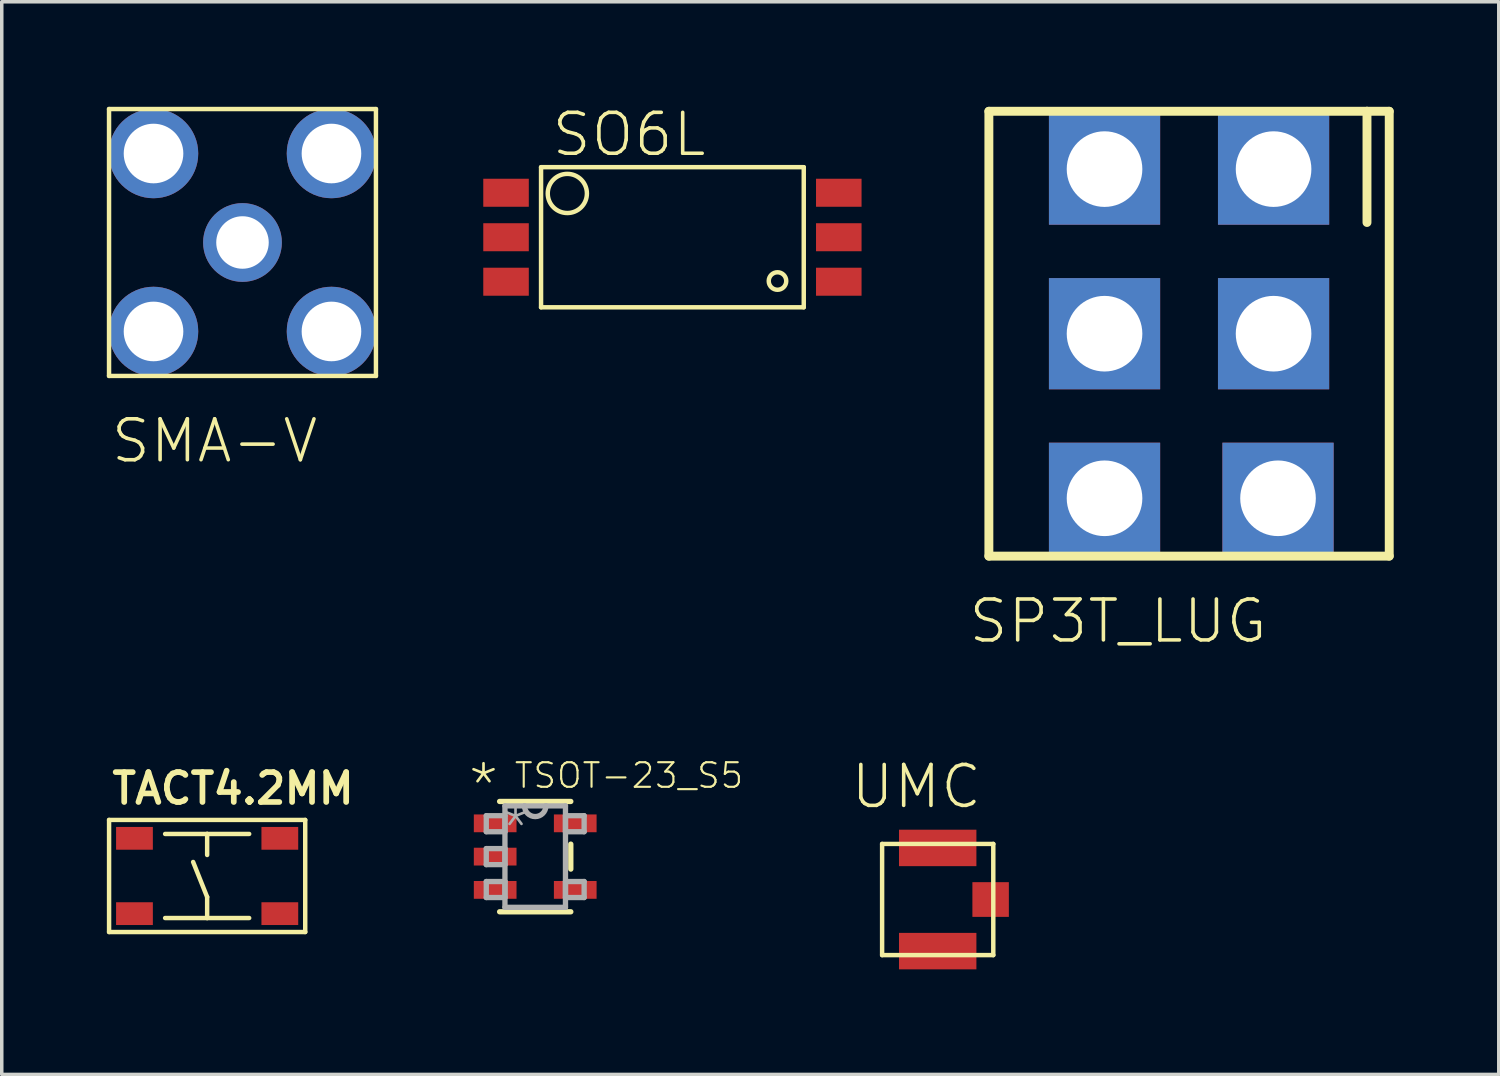
<source format=kicad_pcb>
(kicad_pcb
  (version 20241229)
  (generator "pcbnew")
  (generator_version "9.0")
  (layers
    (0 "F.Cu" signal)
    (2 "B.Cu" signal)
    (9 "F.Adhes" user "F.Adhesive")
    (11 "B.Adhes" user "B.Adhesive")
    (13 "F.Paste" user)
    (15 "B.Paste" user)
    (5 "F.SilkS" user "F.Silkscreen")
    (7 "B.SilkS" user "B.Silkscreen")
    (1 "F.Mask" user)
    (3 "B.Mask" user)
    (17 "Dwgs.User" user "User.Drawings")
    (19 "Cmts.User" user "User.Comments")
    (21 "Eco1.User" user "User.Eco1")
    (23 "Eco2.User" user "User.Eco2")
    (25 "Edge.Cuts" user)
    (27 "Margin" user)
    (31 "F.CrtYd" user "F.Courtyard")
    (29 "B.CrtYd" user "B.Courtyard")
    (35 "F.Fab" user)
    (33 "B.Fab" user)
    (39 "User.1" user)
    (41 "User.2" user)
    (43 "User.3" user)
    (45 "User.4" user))
  (footprint "UMC"
    (layer "F.Cu")
    (at 23.721 22.631)
    (property "Reference" "UMC" (at -2.54 -2.54 0) (layer "F.SilkS") (effects (font (size 1.168 1.168) (thickness 0.102)) (justify left bottom)))
    (fp_line (start -1.587 -1.587) (end 1.587 -1.587) (stroke (width 0.127) (type solid)) (layer "F.SilkS"))
    (fp_line (start -1.587 1.587) (end -1.587 -1.587) (stroke (width 0.127) (type solid)) (layer "F.SilkS"))
    (fp_line (start 1.587 -1.587) (end 1.587 1.587) (stroke (width 0.127) (type solid)) (layer "F.SilkS"))
    (fp_line (start 1.587 1.587) (end -1.587 1.587) (stroke (width 0.127) (type solid)) (layer "F.SilkS"))
    (pad "P$1" smd rect (at 1.511 0) (size 1.041 0.991) (layers "F.Cu" "F.Mask" "F.Paste"))
    (pad "P$2" smd rect (at 0 -1.473 90) (size 1.041 2.21) (layers "F.Cu" "F.Mask" "F.Paste"))
    (pad "P$3" smd rect (at 0 1.473 90) (size 1.041 2.21) (layers "F.Cu" "F.Mask" "F.Paste")))
  (footprint "TACT4.2MM"
    (layer "F.Cu")
    (at 2.864 21.959)
    (property "Reference" "TACT4.2MM" (at -2.8 -2 0) (layer "F.SilkS") (effects (font (size 0.853 0.853) (thickness 0.163)) (justify left bottom)))
    (fp_line (start -2.8 -1.6) (end 2.8 -1.6) (stroke (width 0.127) (type solid)) (layer "F.SilkS"))
    (fp_line (start -2.8 1.6) (end -2.8 -1.6) (stroke (width 0.127) (type solid)) (layer "F.SilkS"))
    (fp_line (start -1.2 -1.2) (end 0 -1.2) (stroke (width 0.127) (type solid)) (layer "F.SilkS"))
    (fp_line (start -1.2 1.2) (end 0 1.2) (stroke (width 0.127) (type solid)) (layer "F.SilkS"))
    (fp_line (start 0 -1.2) (end 0 -0.6) (stroke (width 0.127) (type solid)) (layer "F.SilkS"))
    (fp_line (start 0 -1.2) (end 1.2 -1.2) (stroke (width 0.127) (type solid)) (layer "F.SilkS"))
    (fp_line (start 0 0.6) (end -0.4 -0.4) (stroke (width 0.127) (type solid)) (layer "F.SilkS"))
    (fp_line (start 0 1.2) (end 0 0.6) (stroke (width 0.127) (type solid)) (layer "F.SilkS"))
    (fp_line (start 0 1.2) (end 1.2 1.2) (stroke (width 0.127) (type solid)) (layer "F.SilkS"))
    (fp_line (start 2.8 -1.6) (end 2.8 1.6) (stroke (width 0.127) (type solid)) (layer "F.SilkS"))
    (fp_line (start 2.8 1.6) (end -2.8 1.6) (stroke (width 0.127) (type solid)) (layer "F.SilkS"))
    (pad "P$1" smd rect (at -2.075 -1.075 90) (size 0.65 1.05) (layers "F.Cu" "F.Mask" "F.Paste"))
    (pad "P$2" smd rect (at 2.075 -1.075 90) (size 0.65 1.05) (layers "F.Cu" "F.Mask" "F.Paste"))
    (pad "P$3" smd rect (at -2.075 1.075 90) (size 0.65 1.05) (layers "F.Cu" "F.Mask" "F.Paste"))
    (pad "P$4" smd rect (at 2.075 1.075 90) (size 0.65 1.05) (layers "F.Cu" "F.Mask" "F.Paste")))
  (footprint "TSOT-23_S5"
    (layer "F.Cu")
    (at 12.23 21.406)
    (property "Reference" "TSOT-23_S5" (at -0.635 -1.905 0) (layer "F.SilkS") (effects (font (size 0.701 0.701) (thickness 0.061)) (justify left bottom)))
    (fp_line (start -1.016 1.575) (end 1.016 1.575) (stroke (width 0.152) (type solid)) (layer "F.SilkS"))
    (fp_line (start 1.016 -1.575) (end -1.016 -1.575) (stroke (width 0.152) (type solid)) (layer "F.SilkS"))
    (fp_line (start 1.016 0.356) (end 1.016 -0.356) (stroke (width 0.152) (type solid)) (layer "F.SilkS"))
    (fp_line (start -1.397 -1.168) (end -1.397 -0.711) (stroke (width 0.152) (type solid)) (layer "F.Fab"))
    (fp_line (start -1.397 -0.711) (end -0.864 -0.711) (stroke (width 0.152) (type solid)) (layer "F.Fab"))
    (fp_line (start -1.397 -0.229) (end -1.397 0.229) (stroke (width 0.152) (type solid)) (layer "F.Fab"))
    (fp_line (start -1.397 0.229) (end -0.864 0.229) (stroke (width 0.152) (type solid)) (layer "F.Fab"))
    (fp_line (start -1.397 0.711) (end -1.397 1.168) (stroke (width 0.152) (type solid)) (layer "F.Fab"))
    (fp_line (start -1.397 1.168) (end -0.864 1.168) (stroke (width 0.152) (type solid)) (layer "F.Fab"))
    (fp_line (start -0.864 -1.448) (end -0.864 1.448) (stroke (width 0.152) (type solid)) (layer "F.Fab"))
    (fp_line (start -0.864 -1.168) (end -1.397 -1.168) (stroke (width 0.152) (type solid)) (layer "F.Fab"))
    (fp_line (start -0.864 -0.711) (end -0.864 -1.168) (stroke (width 0.152) (type solid)) (layer "F.Fab"))
    (fp_line (start -0.864 -0.229) (end -1.397 -0.229) (stroke (width 0.152) (type solid)) (layer "F.Fab"))
    (fp_line (start -0.864 0.229) (end -0.864 -0.229) (stroke (width 0.152) (type solid)) (layer "F.Fab"))
    (fp_line (start -0.864 0.711) (end -1.397 0.711) (stroke (width 0.152) (type solid)) (layer "F.Fab"))
    (fp_line (start -0.864 1.168) (end -0.864 0.711) (stroke (width 0.152) (type solid)) (layer "F.Fab"))
    (fp_line (start -0.864 1.448) (end 0.864 1.448) (stroke (width 0.152) (type solid)) (layer "F.Fab"))
    (fp_line (start -0.305 -1.448) (end -0.864 -1.448) (stroke (width 0.152) (type solid)) (layer "F.Fab"))
    (fp_line (start 0.305 -1.448) (end -0.305 -1.448) (stroke (width 0.152) (type solid)) (layer "F.Fab"))
    (fp_line (start 0.864 -1.448) (end 0.305 -1.448) (stroke (width 0.152) (type solid)) (layer "F.Fab"))
    (fp_line (start 0.864 -1.168) (end 0.864 -0.711) (stroke (width 0.152) (type solid)) (layer "F.Fab"))
    (fp_line (start 0.864 -0.711) (end 1.397 -0.711) (stroke (width 0.152) (type solid)) (layer "F.Fab"))
    (fp_line (start 0.864 0.711) (end 0.864 1.168) (stroke (width 0.152) (type solid)) (layer "F.Fab"))
    (fp_line (start 0.864 1.168) (end 1.397 1.168) (stroke (width 0.152) (type solid)) (layer "F.Fab"))
    (fp_line (start 0.864 1.448) (end 0.864 -1.448) (stroke (width 0.152) (type solid)) (layer "F.Fab"))
    (fp_line (start 1.397 -1.168) (end 0.864 -1.168) (stroke (width 0.152) (type solid)) (layer "F.Fab"))
    (fp_line (start 1.397 -0.711) (end 1.397 -1.168) (stroke (width 0.152) (type solid)) (layer "F.Fab"))
    (fp_line (start 1.397 0.711) (end 0.864 0.711) (stroke (width 0.152) (type solid)) (layer "F.Fab"))
    (fp_line (start 1.397 1.168) (end 1.397 0.711) (stroke (width 0.152) (type solid)) (layer "F.Fab"))
    (fp_arc (start 0.3048 -1.4478) (mid 0 -1.143) (end -0.3048 -1.4478) (stroke (width 0.1524) (type solid)) (layer "F.Fab"))
    (fp_text user "*" (at -1.981 -1.321 0) (layer "F.SilkS") (effects (font (size 1.194 1.194) (thickness 0.076)) (justify left bottom)))
    (fp_text user "*" (at -1.067 -0.102 0) (layer "F.Fab") (effects (font (size 1.194 1.194) (thickness 0.076)) (justify left bottom)))
    (pad "1" smd rect (at -1.143 -0.95) (size 1.219 0.508) (layers "F.Cu" "F.Mask" "F.Paste"))
    (pad "2" smd rect (at -1.143 0) (size 1.219 0.508) (layers "F.Cu" "F.Mask" "F.Paste"))
    (pad "3" smd rect (at -1.143 0.95) (size 1.219 0.508) (layers "F.Cu" "F.Mask" "F.Paste"))
    (pad "4" smd rect (at 1.143 0.95) (size 1.219 0.508) (layers "F.Cu" "F.Mask" "F.Paste"))
    (pad "5" smd rect (at 1.143 -0.95) (size 1.219 0.508) (layers "F.Cu" "F.Mask" "F.Paste")))
  (footprint "SP3T_LUG"
    (layer "F.Cu")
    (at 30.897 6.477)
    (property "Reference" "SP3T_LUG" (at -6.35 8.89 0) (layer "F.SilkS") (effects (font (size 1.168 1.168) (thickness 0.102)) (justify left bottom)))
    (fp_line (start -5.715 -6.35) (end 5.08 -6.35) (stroke (width 0.254) (type solid)) (layer "F.SilkS"))
    (fp_line (start -5.715 6.35) (end -5.715 -6.35) (stroke (width 0.254) (type solid)) (layer "F.SilkS"))
    (fp_line (start 5.08 -6.35) (end 5.08 -3.175) (stroke (width 0.254) (type solid)) (layer "F.SilkS"))
    (fp_line (start 5.08 -6.35) (end 5.715 -6.35) (stroke (width 0.254) (type solid)) (layer "F.SilkS"))
    (fp_line (start 5.715 -6.35) (end 5.715 6.35) (stroke (width 0.254) (type solid)) (layer "F.SilkS"))
    (fp_line (start 5.715 6.35) (end -5.715 6.35) (stroke (width 0.254) (type solid)) (layer "F.SilkS"))
    (pad "1" thru_hole rect (at 2.413 -4.699) (size 3.175 3.175) (drill 2.159) (layers "*.Cu" "*.Mask"))
    (pad "2" thru_hole rect (at 2.413 0) (size 3.175 3.175) (drill 2.159) (layers "*.Cu" "*.Mask"))
    (pad "3" thru_hole rect (at 2.54 4.699) (size 3.175 3.175) (drill 2.159) (layers "*.Cu" "*.Mask"))
    (pad "4" thru_hole rect (at -2.413 -4.699) (size 3.175 3.175) (drill 2.159) (layers "*.Cu" "*.Mask"))
    (pad "5" thru_hole rect (at -2.413 0) (size 3.175 3.175) (drill 2.159) (layers "*.Cu" "*.Mask"))
    (pad "6" thru_hole rect (at -2.413 4.699) (size 3.175 3.175) (drill 2.159) (layers "*.Cu" "*.Mask")))
  (footprint "SMA-V"
    (layer "F.Cu")
    (at 3.873 3.873)
    (property "Reference" "SMA-V" (at -3.81 6.35 0) (layer "F.SilkS") (effects (font (size 1.168 1.168) (thickness 0.102)) (justify left bottom)))
    (fp_line (start -3.81 -3.81) (end 3.81 -3.81) (stroke (width 0.127) (type solid)) (layer "F.SilkS"))
    (fp_line (start -3.81 3.81) (end -3.81 -3.81) (stroke (width 0.127) (type solid)) (layer "F.SilkS"))
    (fp_line (start 3.81 -3.81) (end 3.81 3.81) (stroke (width 0.127) (type solid)) (layer "F.SilkS"))
    (fp_line (start 3.81 3.81) (end -3.81 3.81) (stroke (width 0.127) (type solid)) (layer "F.SilkS"))
    (pad "GND1" thru_hole circle (at -2.54 -2.54) (size 2.553 2.553) (drill 1.702) (layers "*.Cu" "*.Mask"))
    (pad "GND2" thru_hole circle (at 2.54 -2.54) (size 2.553 2.553) (drill 1.702) (layers "*.Cu" "*.Mask"))
    (pad "GND3" thru_hole circle (at 2.54 2.54) (size 2.553 2.553) (drill 1.702) (layers "*.Cu" "*.Mask"))
    (pad "GND4" thru_hole circle (at -2.54 2.54) (size 2.553 2.553) (drill 1.702) (layers "*.Cu" "*.Mask"))
    (pad "RF" thru_hole circle (at 0 0) (size 2.248 2.248) (drill 1.499) (layers "*.Cu" "*.Mask")))
  (footprint "SO6L"
    (layer "F.Cu")
    (at 16.147 3.723)
    (property "Reference" "SO6L" (at -3.5 -2.25 0) (layer "F.SilkS") (effects (font (size 1.168 1.168) (thickness 0.102)) (justify left bottom)))
    (fp_line (start -3.75 -2) (end 3.75 -2) (stroke (width 0.127) (type solid)) (layer "F.SilkS"))
    (fp_line (start -3.75 2) (end -3.75 -2) (stroke (width 0.127) (type solid)) (layer "F.SilkS"))
    (fp_line (start 3.75 -2) (end 3.75 2) (stroke (width 0.127) (type solid)) (layer "F.SilkS"))
    (fp_line (start 3.75 2) (end -3.75 2) (stroke (width 0.127) (type solid)) (layer "F.SilkS"))
    (fp_circle (center -3 -1.25) (end -2.441 -1.25) (stroke (width 0.127) (type solid)) (fill no) (layer "F.SilkS"))
    (fp_circle (center 3 1.25) (end 3.25 1.25) (stroke (width 0.127) (type solid)) (fill no) (layer "F.SilkS"))
    (pad "1" smd rect (at -4.75 -1.27) (size 1.3 0.8) (layers "F.Cu" "F.Mask" "F.Paste"))
    (pad "2" smd rect (at -4.75 0) (size 1.3 0.8) (layers "F.Cu" "F.Mask" "F.Paste"))
    (pad "3" smd rect (at -4.75 1.27) (size 1.3 0.8) (layers "F.Cu" "F.Mask" "F.Paste"))
    (pad "4" smd rect (at 4.75 1.27) (size 1.3 0.8) (layers "F.Cu" "F.Mask" "F.Paste"))
    (pad "5" smd rect (at 4.75 0) (size 1.3 0.8) (layers "F.Cu" "F.Mask" "F.Paste"))
    (pad "6" smd rect (at 4.75 -1.27) (size 1.3 0.8) (layers "F.Cu" "F.Mask" "F.Paste")))
  (gr_rect
    (start -3 -3)
    (end 39.739 27.625)
    (stroke (width 0.1) (type default))
    (fill no)
    (layer "Edge.Cuts")))
</source>
